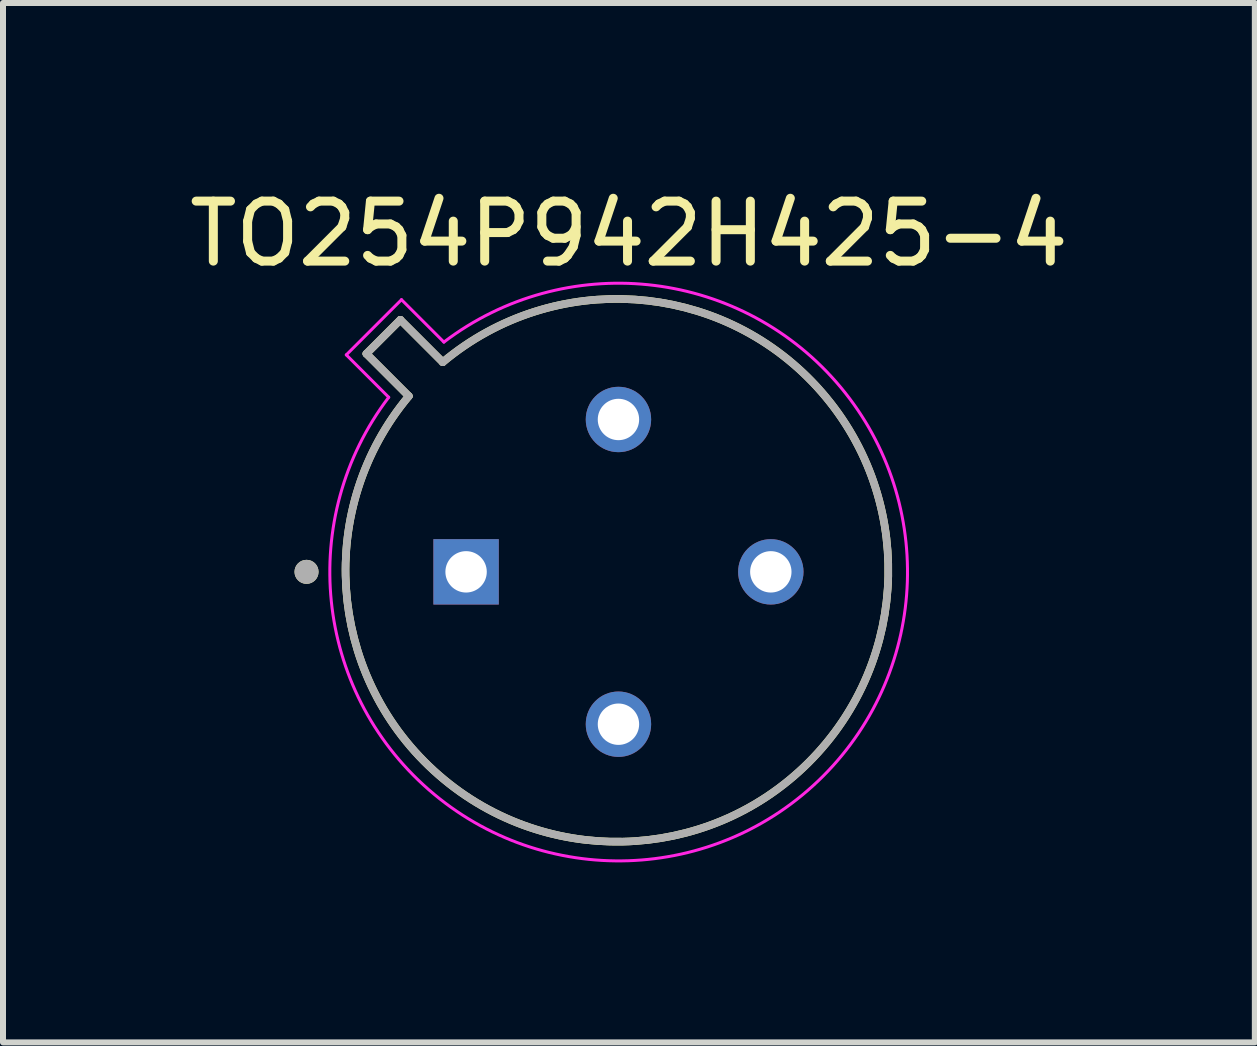
<source format=kicad_pcb>
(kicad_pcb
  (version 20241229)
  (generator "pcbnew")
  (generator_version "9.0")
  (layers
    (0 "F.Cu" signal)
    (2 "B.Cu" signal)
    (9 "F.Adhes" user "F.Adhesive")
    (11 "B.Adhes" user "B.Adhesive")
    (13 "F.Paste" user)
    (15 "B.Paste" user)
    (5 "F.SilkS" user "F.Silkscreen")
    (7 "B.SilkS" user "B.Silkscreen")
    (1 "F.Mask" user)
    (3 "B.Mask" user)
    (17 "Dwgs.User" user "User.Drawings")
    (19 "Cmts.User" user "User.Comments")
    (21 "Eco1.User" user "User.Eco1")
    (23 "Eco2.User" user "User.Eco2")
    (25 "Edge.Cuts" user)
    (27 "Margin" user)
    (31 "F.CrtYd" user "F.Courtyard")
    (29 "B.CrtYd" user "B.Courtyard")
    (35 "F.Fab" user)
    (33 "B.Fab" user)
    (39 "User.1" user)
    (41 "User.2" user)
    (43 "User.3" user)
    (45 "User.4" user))
  (footprint "TO254P942H425-4"
    (layer "F.Cu")
    (at 7.26 6.483)
    (property "Reference" "TO254P942H425-4" (at 0.175 -5.635 0) (layer "F.SilkS") (effects (font (size 1 1) (thickness 0.15))))
    (attr through_hole)
    (fp_line (start -4.202 -3.636) (end -3.636 -4.202) (stroke (width 0.127) (type solid)) (layer "F.SilkS"))
    (fp_line (start -3.636 -4.202) (end -2.929 -3.495) (stroke (width 0.127) (type solid)) (layer "F.SilkS"))
    (fp_line (start -3.495 -2.929) (end -4.202 -3.636) (stroke (width 0.127) (type solid)) (layer "F.SilkS"))
    (fp_arc (start -2.929 -3.495) (mid 3.173854 3.173854) (end -3.495 -2.929) (stroke (width 0.127) (type solid)) (layer "F.SilkS"))
    (fp_circle (center -5.2 0) (end -5.1 0) (stroke (width 0.2) (type solid)) (fill no) (layer "F.SilkS"))
    (fp_line (start -4.537 -3.617) (end -3.83 -2.91) (stroke (width 0.05) (type solid)) (layer "F.CrtYd"))
    (fp_line (start -3.617 -4.537) (end -4.537 -3.617) (stroke (width 0.05) (type solid)) (layer "F.CrtYd"))
    (fp_line (start -2.91 -3.83) (end -3.617 -4.537) (stroke (width 0.05) (type solid)) (layer "F.CrtYd"))
    (fp_arc (start -2.91 -3.83) (mid 3.408468 3.408468) (end -3.83 -2.91) (stroke (width 0.05) (type solid)) (layer "F.CrtYd"))
    (fp_line (start -4.202 -3.636) (end -3.636 -4.202) (stroke (width 0.127) (type solid)) (layer "F.Fab"))
    (fp_line (start -3.636 -4.202) (end -2.929 -3.495) (stroke (width 0.127) (type solid)) (layer "F.Fab"))
    (fp_line (start -3.495 -2.929) (end -4.202 -3.636) (stroke (width 0.127) (type solid)) (layer "F.Fab"))
    (fp_arc (start -2.929 -3.495) (mid 3.173854 3.173854) (end -3.495 -2.929) (stroke (width 0.127) (type solid)) (layer "F.Fab"))
    (fp_circle (center -5.2 0) (end -5.1 0) (stroke (width 0.2) (type solid)) (fill no) (layer "F.Fab"))
    (pad "1" thru_hole rect (at -2.54 0) (size 1.09 1.09) (drill 0.69) (layers "*.Cu" "*.Mask"))
    (pad "2" thru_hole circle (at 0 2.54) (size 1.09 1.09) (drill 0.69) (layers "*.Cu" "*.Mask"))
    (pad "3" thru_hole circle (at 2.54 0) (size 1.09 1.09) (drill 0.69) (layers "*.Cu" "*.Mask"))
    (pad "4" thru_hole circle (at 0 -2.54) (size 1.09 1.09) (drill 0.69) (layers "*.Cu" "*.Mask")))
  (gr_rect
    (start -3 -3)
    (end 17.869 14.327)
    (stroke (width 0.1) (type default))
    (fill no)
    (layer "Edge.Cuts")))
</source>
